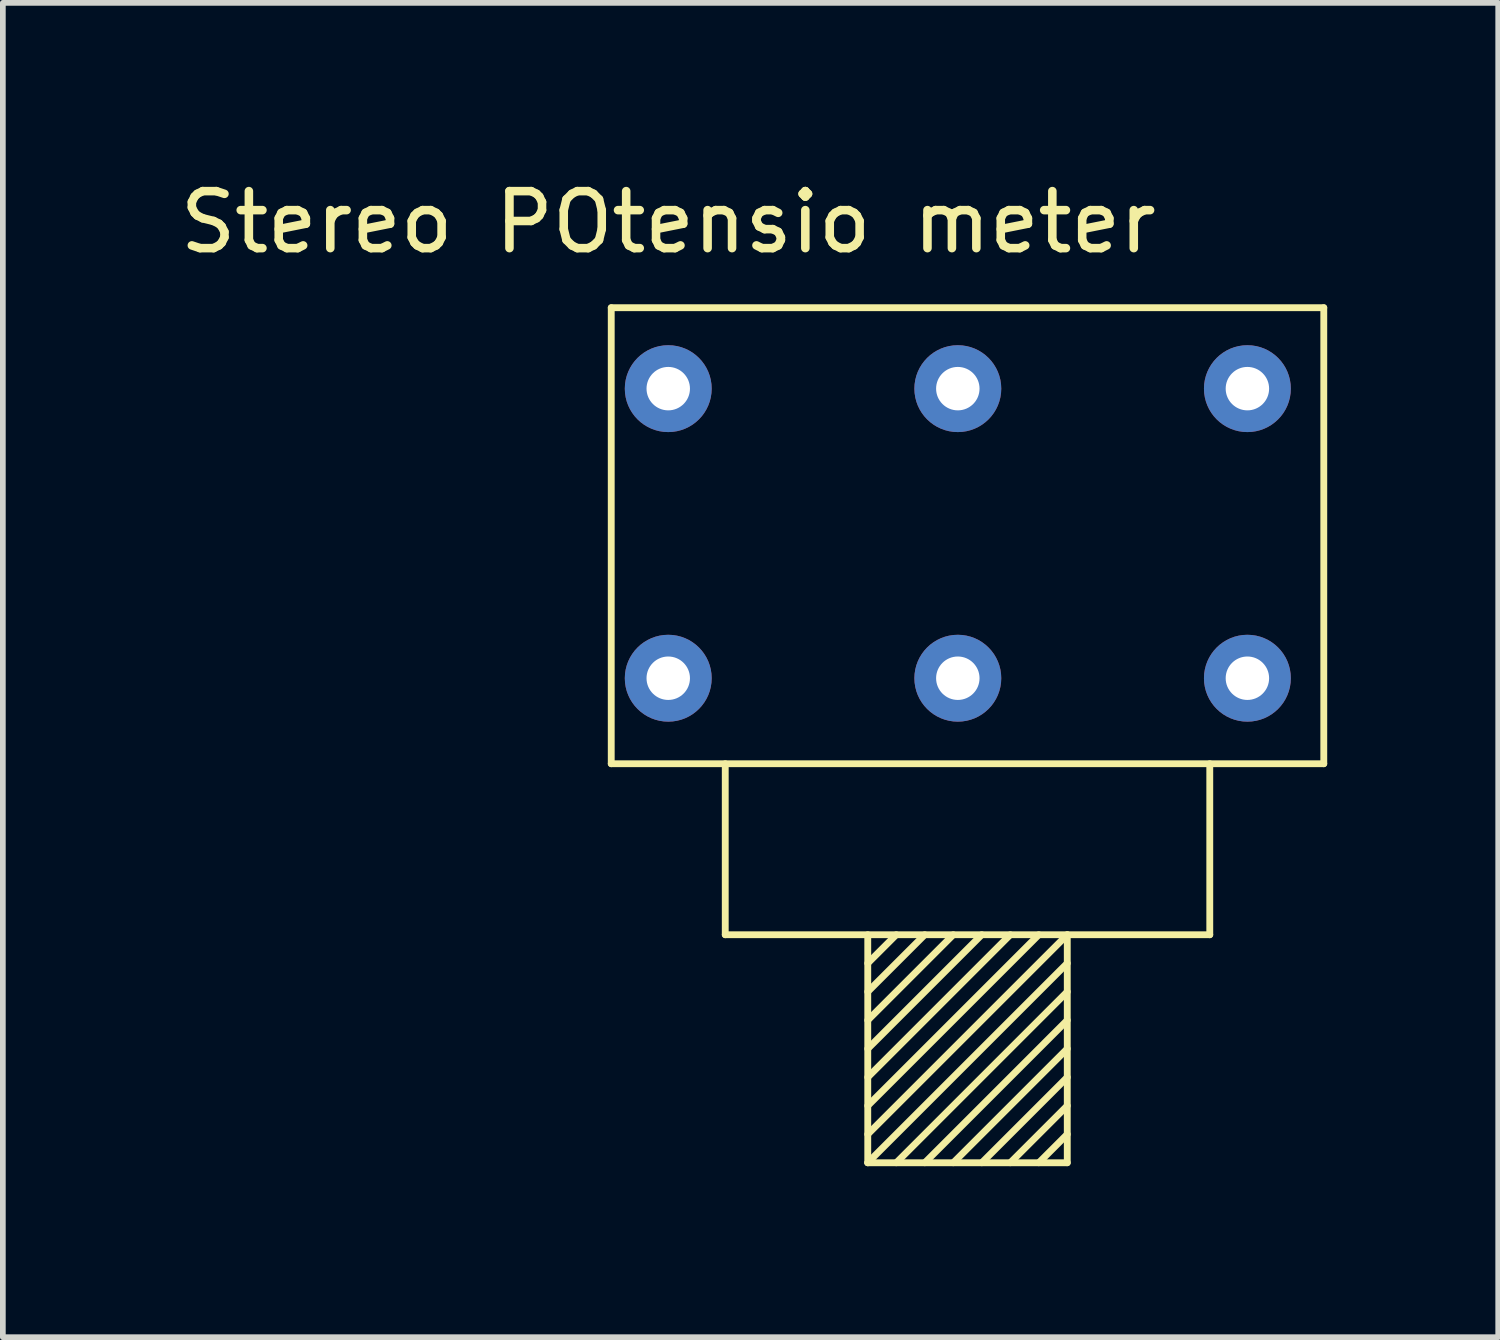
<source format=kicad_pcb>
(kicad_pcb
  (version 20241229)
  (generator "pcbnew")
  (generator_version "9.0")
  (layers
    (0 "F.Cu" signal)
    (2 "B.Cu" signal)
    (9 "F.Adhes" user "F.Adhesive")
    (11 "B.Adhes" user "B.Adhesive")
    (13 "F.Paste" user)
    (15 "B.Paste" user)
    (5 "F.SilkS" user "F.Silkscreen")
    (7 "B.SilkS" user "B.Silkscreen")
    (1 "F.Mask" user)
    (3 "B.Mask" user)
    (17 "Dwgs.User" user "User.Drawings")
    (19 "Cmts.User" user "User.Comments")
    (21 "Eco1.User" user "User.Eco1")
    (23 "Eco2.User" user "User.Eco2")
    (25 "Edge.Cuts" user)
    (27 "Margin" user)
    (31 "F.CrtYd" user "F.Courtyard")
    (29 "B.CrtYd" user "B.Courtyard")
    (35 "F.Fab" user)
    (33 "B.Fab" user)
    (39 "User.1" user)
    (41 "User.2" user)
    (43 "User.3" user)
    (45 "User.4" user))
  (footprint "Stereo POtensio meter"
    (layer "F.Cu")
    (at 8.673 8.848)
    (property "Reference" "Stereo POtensio meter" (at 0 -8 0) (layer "F.SilkS") (effects (font (size 1 1) (thickness 0.15))))
    (attr through_hole)
    (fp_line (start -1 -6.5) (end 11.5 -6.5) (stroke (width 0.12) (type solid)) (layer "F.SilkS"))
    (fp_line (start -1 1.5) (end -1 -6.5) (stroke (width 0.12) (type solid)) (layer "F.SilkS"))
    (fp_line (start 1 1.5) (end 1 4.5) (stroke (width 0.12) (type solid)) (layer "F.SilkS"))
    (fp_line (start 1 4.5) (end 9.5 4.5) (stroke (width 0.12) (type solid)) (layer "F.SilkS"))
    (fp_line (start 3.5 4.5) (end 3.5 8.5) (stroke (width 0.12) (type solid)) (layer "F.SilkS"))
    (fp_line (start 3.5 8.5) (end 7 8.5) (stroke (width 0.12) (type solid)) (layer "F.SilkS"))
    (fp_line (start 4 4.5) (end 3.5 5) (stroke (width 0.12) (type solid)) (layer "F.SilkS"))
    (fp_line (start 4.5 4.5) (end 3.5 5.5) (stroke (width 0.12) (type solid)) (layer "F.SilkS"))
    (fp_line (start 5 4.5) (end 3.5 6) (stroke (width 0.12) (type solid)) (layer "F.SilkS"))
    (fp_line (start 5.5 4.5) (end 3.5 6.5) (stroke (width 0.12) (type solid)) (layer "F.SilkS"))
    (fp_line (start 6 4.5) (end 3.5 7) (stroke (width 0.12) (type solid)) (layer "F.SilkS"))
    (fp_line (start 6.5 4.5) (end 3.5 7.5) (stroke (width 0.12) (type solid)) (layer "F.SilkS"))
    (fp_line (start 7 4.5) (end 3.5 8) (stroke (width 0.12) (type solid)) (layer "F.SilkS"))
    (fp_line (start 7 5) (end 3.5 8.5) (stroke (width 0.12) (type solid)) (layer "F.SilkS"))
    (fp_line (start 7 5.5) (end 4 8.5) (stroke (width 0.12) (type solid)) (layer "F.SilkS"))
    (fp_line (start 7 6) (end 4.5 8.5) (stroke (width 0.12) (type solid)) (layer "F.SilkS"))
    (fp_line (start 7 6.5) (end 5 8.5) (stroke (width 0.12) (type solid)) (layer "F.SilkS"))
    (fp_line (start 7 7) (end 5.5 8.5) (stroke (width 0.12) (type solid)) (layer "F.SilkS"))
    (fp_line (start 7 7.5) (end 6 8.5) (stroke (width 0.12) (type solid)) (layer "F.SilkS"))
    (fp_line (start 7 8) (end 6.5 8.5) (stroke (width 0.12) (type solid)) (layer "F.SilkS"))
    (fp_line (start 7 8.5) (end 7 4.5) (stroke (width 0.12) (type solid)) (layer "F.SilkS"))
    (fp_line (start 9.5 4.5) (end 9.5 1.5) (stroke (width 0.12) (type solid)) (layer "F.SilkS"))
    (fp_line (start 11.5 -6.5) (end 11.5 1.5) (stroke (width 0.12) (type solid)) (layer "F.SilkS"))
    (fp_line (start 11.5 1.5) (end -1 1.5) (stroke (width 0.12) (type solid)) (layer "F.SilkS"))
    (pad "1" thru_hole circle (at 0 0) (size 1.524 1.524) (drill 0.762) (layers "*.Cu" "*.Mask"))
    (pad "2" thru_hole circle (at 5.08 0) (size 1.524 1.524) (drill 0.762) (layers "*.Cu" "*.Mask"))
    (pad "3" thru_hole circle (at 10.16 0) (size 1.524 1.524) (drill 0.762) (layers "*.Cu" "*.Mask"))
    (pad "4" thru_hole circle (at 0 -5.08) (size 1.524 1.524) (drill 0.762) (layers "*.Cu" "*.Mask"))
    (pad "5" thru_hole circle (at 5.08 -5.08) (size 1.524 1.524) (drill 0.762) (layers "*.Cu" "*.Mask"))
    (pad "6" thru_hole circle (at 10.16 -5.08) (size 1.524 1.524) (drill 0.762) (layers "*.Cu" "*.Mask")))
  (gr_rect
    (start -3 -3)
    (end 23.233 20.408)
    (stroke (width 0.1) (type default))
    (fill no)
    (layer "Edge.Cuts")))
</source>
